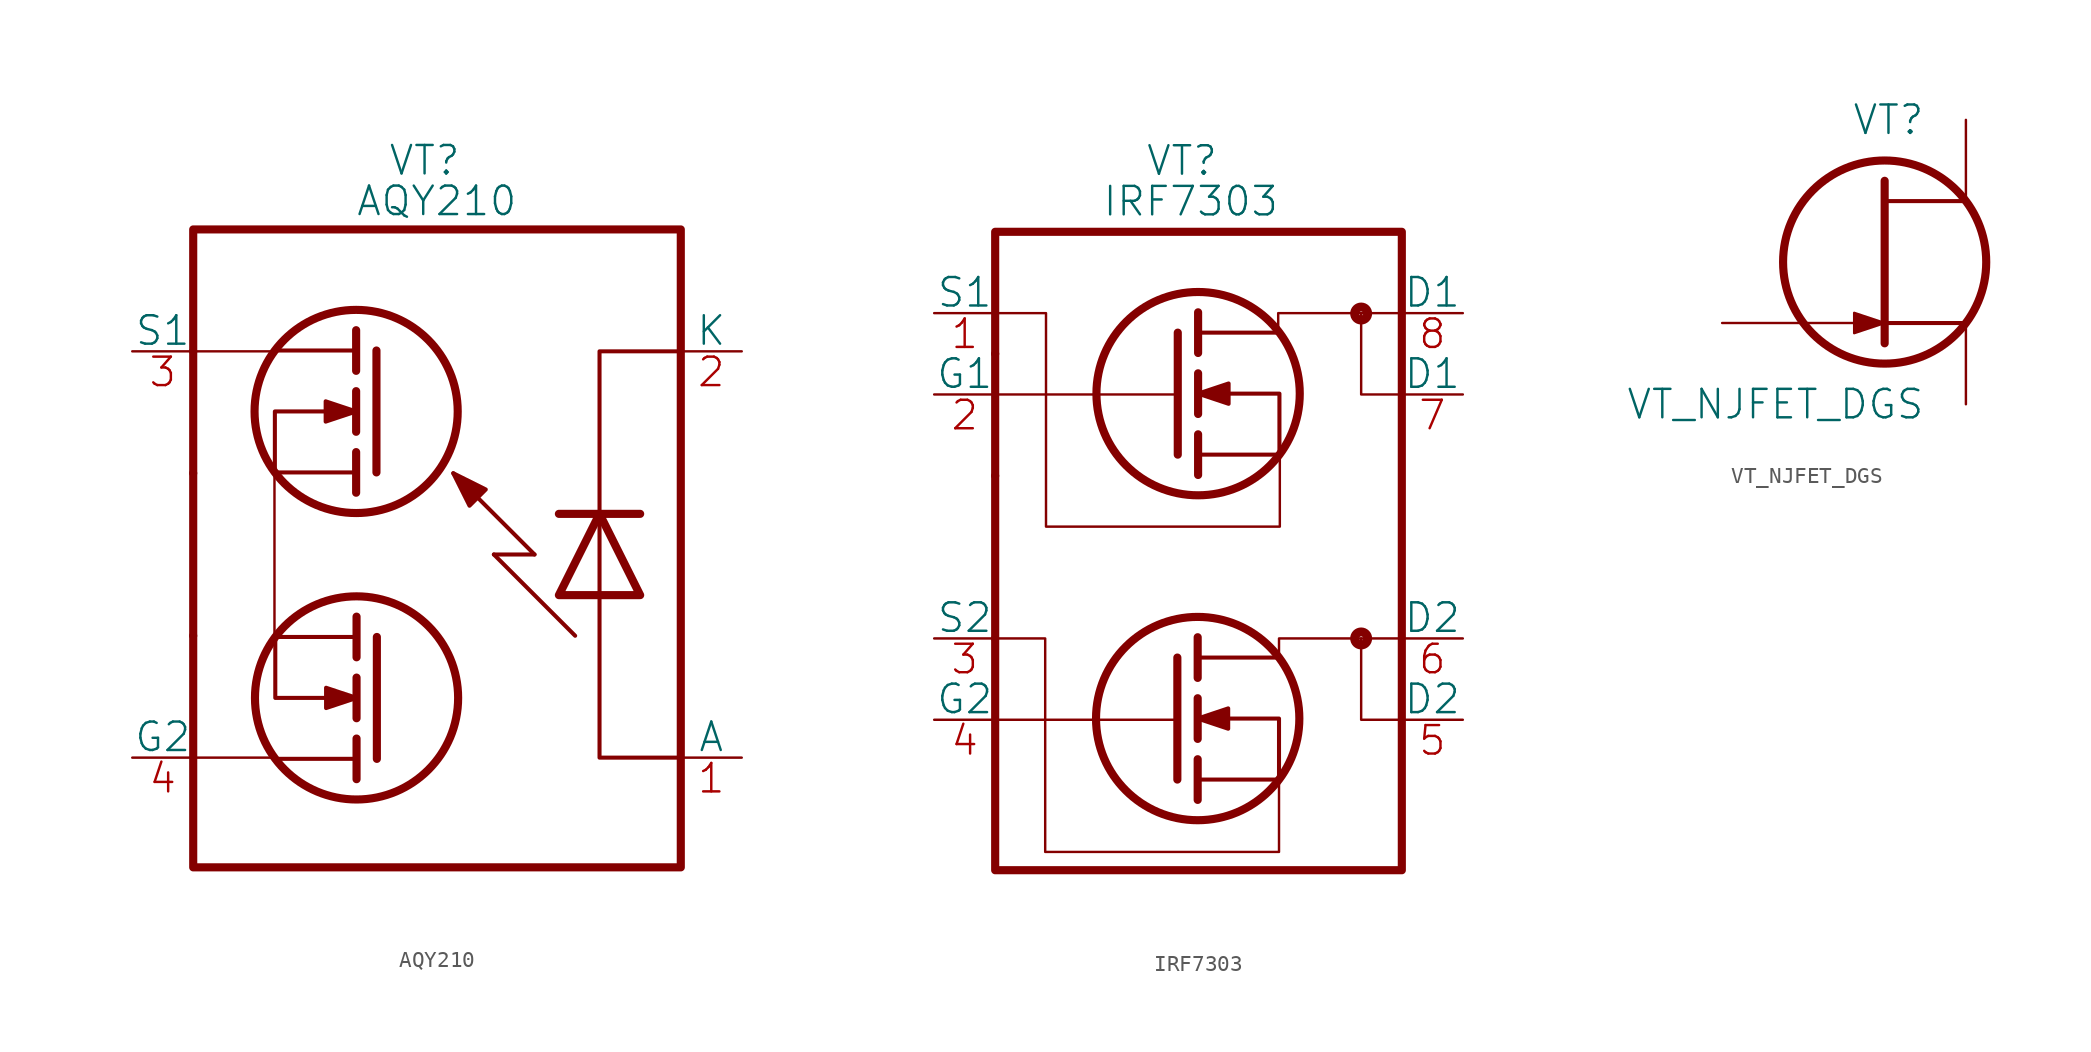
<source format=kicad_sym>
(kicad_symbol_lib
  (version 20211014)
  (generator kicad_symbol_editor)
  (symbol "AQY210"
    (pin_names
      (offset 0))
    (property "Reference" "VT"
      (at 1.524 4.318 0)
      (effects (font (size 1.778 1.778)) (justify right)))
    (property "Value" "AQY210"
      (at 5.08 1.778 0)
      (effects (font (size 1.778 1.778)) (justify right)))
    (symbol "AQY210_0_1"
      (circle (center -5.055 -11.379) (radius 6.35) (stroke (width 0.508) (type default) (color 0 0 0 0)) (fill (type none)))
      (polyline (pts (xy -15.24 -33.02) (xy -10.16 -33.02)) (stroke (width 0) (type default) (color 0 0 0 0)) (fill (type none)))
      (polyline (pts (xy -15.24 -7.62) (xy -10.16 -7.62)) (stroke (width 0) (type default) (color 0 0 0 0)) (fill (type none)))
      (polyline (pts (xy -10.16 -15.24) (xy -10.16 -25.4)) (stroke (width 0) (type default) (color 0 0 0 0)) (fill (type none)))
      (polyline (pts (xy -5.055 -15.189) (xy -10.135 -15.189)) (stroke (width 0.254) (type default) (color 0 0 0 0)) (fill (type none)))
      (polyline (pts (xy -5.055 -13.919) (xy -5.055 -16.459)) (stroke (width 0.508) (type default) (color 0 0 0 0)) (fill (type none)))
      (polyline (pts (xy -5.055 -10.109) (xy -5.055 -12.649)) (stroke (width 0.508) (type default) (color 0 0 0 0)) (fill (type none)))
      (polyline (pts (xy -5.055 -7.569) (xy -10.135 -7.569)) (stroke (width 0.254) (type default) (color 0 0 0 0)) (fill (type none)))
      (polyline (pts (xy -5.055 -6.299) (xy -5.055 -8.839)) (stroke (width 0.508) (type default) (color 0 0 0 0)) (fill (type none)))
      (polyline (pts (xy -3.785 -15.189) (xy -3.785 -7.569)) (stroke (width 0.508) (type default) (color 0 0 0 0)) (fill (type none)))
      (polyline (pts (xy -5.055 -11.379) (xy -10.135 -11.379) (xy -10.135 -15.189)) (stroke (width 0.254) (type default) (color 0 0 0 0)) (fill (type none)))
      (polyline (pts (xy -6.96 -12.014) (xy -5.055 -11.379) (xy -6.96 -10.744) (xy -6.96 -12.014)) (stroke (width 0.254) (type default) (color 0 0 0 0)) (fill (type outline))))
    (symbol "AQY210_1_1"
      (rectangle (start -15.24 0) (end 15.24 -39.878) (stroke (width 0.508) (type default) (color 0 0 0 0)) (fill (type none)))
      (circle (center -5.029 -29.286) (radius 6.35) (stroke (width 0.508) (type default) (color 0 0 0 0)) (fill (type none)))
      (polyline (pts (xy -15.24 -25.4) (xy -15.24 -25.4)) (stroke (width 0.508) (type default) (color 0 0 0 0)) (fill (type none)))
      (polyline (pts (xy -15.24 -15.24) (xy -15.24 -15.24)) (stroke (width 0.508) (type default) (color 0 0 0 0)) (fill (type none)))
      (polyline (pts (xy -15.24 -7.62) (xy -15.24 -7.62)) (stroke (width 0.508) (type default) (color 0 0 0 0)) (fill (type none)))
      (polyline (pts (xy -15.24 -5.08) (xy -15.24 -5.08)) (stroke (width 0) (type default) (color 0 0 0 0)) (fill (type none)))
      (polyline (pts (xy -5.029 -34.366) (xy -5.029 -31.826)) (stroke (width 0.508) (type default) (color 0 0 0 0)) (fill (type none)))
      (polyline (pts (xy -5.029 -33.096) (xy -10.109 -33.096)) (stroke (width 0.254) (type default) (color 0 0 0 0)) (fill (type none)))
      (polyline (pts (xy -5.029 -30.556) (xy -5.029 -28.016)) (stroke (width 0.508) (type default) (color 0 0 0 0)) (fill (type none)))
      (polyline (pts (xy -5.029 -26.746) (xy -5.029 -24.206)) (stroke (width 0.508) (type default) (color 0 0 0 0)) (fill (type none)))
      (polyline (pts (xy -5.029 -25.476) (xy -10.109 -25.476)) (stroke (width 0.254) (type default) (color 0 0 0 0)) (fill (type none)))
      (polyline (pts (xy -3.759 -25.476) (xy -3.759 -33.096)) (stroke (width 0.508) (type default) (color 0 0 0 0)) (fill (type none)))
      (polyline (pts (xy 6.096 -20.32) (xy 1.016 -15.24)) (stroke (width 0.254) (type default) (color 0 0 0 0)) (fill (type none)))
      (polyline (pts (xy 6.096 -20.32) (xy 3.556 -20.32)) (stroke (width 0.254) (type default) (color 0 0 0 0)) (fill (type none)))
      (polyline (pts (xy 8.636 -25.4) (xy 3.556 -20.32)) (stroke (width 0.254) (type default) (color 0 0 0 0)) (fill (type none)))
      (polyline (pts (xy -5.029 -29.286) (xy -10.109 -29.286) (xy -10.109 -25.476)) (stroke (width 0.254) (type default) (color 0 0 0 0)) (fill (type none)))
      (polyline (pts (xy -6.934 -28.651) (xy -5.029 -29.286) (xy -6.934 -29.921) (xy -6.934 -28.651)) (stroke (width 0.254) (type default) (color 0 0 0 0)) (fill (type outline)))
      (polyline (pts (xy 1.016 -15.24) (xy 3.048 -16.256) (xy 2.032 -17.272) (xy 1.016 -15.24)) (stroke (width 0.254) (type default) (color 0 0 0 0)) (fill (type outline)))
      (polyline (pts (xy 15.24 -7.62) (xy 10.16 -7.62) (xy 10.16 -33.02) (xy 15.24 -33.02)) (stroke (width 0.254) (type default) (color 0 0 0 0)) (fill (type none)))
      (polyline (pts (xy 7.62 -17.78) (xy 10.16 -17.78) (xy 7.62 -22.86) (xy 12.7 -22.86) (xy 10.16 -17.78) (xy 12.7 -17.78)) (stroke (width 0.508) (type default) (color 0 0 0 0)) (fill (type none)))
      (pin bidirectional line (at 19.05 -33.02 180) (length 3.81) (name "A" (effects (font (size 1.778 1.778)))) (number "1" (effects (font (size 1.778 1.778)))))
      (pin bidirectional line (at 19.05 -7.62 180) (length 3.81) (name "K" (effects (font (size 1.778 1.778)))) (number "2" (effects (font (size 1.778 1.778)))))
      (pin input line (at -19.05 -7.62 0) (length 3.81) (name "S1" (effects (font (size 1.778 1.778)))) (number "3" (effects (font (size 1.778 1.778)))))
      (pin output line (at -19.05 -33.02 0) (length 3.81) (name "G2" (effects (font (size 1.778 1.778)))) (number "4" (effects (font (size 1.778 1.778)))))))
  (symbol "IRF7303"
    (pin_names
      (offset 0))
    (property "Reference" "VT"
      (at 1.27 4.445 0)
      (effects (font (size 1.778 1.778)) (justify right)))
    (property "Value" "IRF7303"
      (at 5.08 1.905 0)
      (effects (font (size 1.778 1.778)) (justify right)))
    (symbol "IRF7303_0_1"
      (circle (center -0.025 -10.109) (radius 6.35) (stroke (width 0.508) (type default) (color 0 0 0 0)) (fill (type none)))
      (polyline (pts (xy -12.751 -30.48) (xy -1.321 -30.48)) (stroke (width 0) (type default) (color 0 0 0 0)) (fill (type none)))
      (polyline (pts (xy -12.751 -10.16) (xy -1.321 -10.16)) (stroke (width 0) (type default) (color 0 0 0 0)) (fill (type none)))
      (polyline (pts (xy -1.295 -13.919) (xy -1.295 -6.299)) (stroke (width 0.508) (type default) (color 0 0 0 0)) (fill (type none)))
      (polyline (pts (xy -0.025 -13.919) (xy 5.055 -13.919)) (stroke (width 0.254) (type default) (color 0 0 0 0)) (fill (type none)))
      (polyline (pts (xy -0.025 -12.649) (xy -0.025 -15.189)) (stroke (width 0.508) (type default) (color 0 0 0 0)) (fill (type none)))
      (polyline (pts (xy -0.025 -8.839) (xy -0.025 -11.379)) (stroke (width 0.508) (type default) (color 0 0 0 0)) (fill (type none)))
      (polyline (pts (xy -0.025 -6.299) (xy 5.055 -6.299)) (stroke (width 0.254) (type default) (color 0 0 0 0)) (fill (type none)))
      (polyline (pts (xy -0.025 -5.029) (xy -0.025 -7.569)) (stroke (width 0.508) (type default) (color 0 0 0 0)) (fill (type none)))
      (polyline (pts (xy -0.025 -10.109) (xy 5.055 -10.109) (xy 5.055 -13.919)) (stroke (width 0.254) (type default) (color 0 0 0 0)) (fill (type none)))
      (polyline (pts (xy 4.978 -6.299) (xy 4.978 -5.08) (xy 12.725 -5.08)) (stroke (width 0) (type default) (color 0 0 0 0)) (fill (type none)))
      (polyline (pts (xy 12.7 -25.4) (xy 5.029 -25.4) (xy 5.029 -26.518)) (stroke (width 0) (type default) (color 0 0 0 0)) (fill (type none)))
      (polyline (pts (xy 12.7 -10.16) (xy 10.16 -10.16) (xy 10.16 -5.08)) (stroke (width 0) (type default) (color 0 0 0 0)) (fill (type none)))
      (polyline (pts (xy 1.88 -10.744) (xy -0.025 -10.109) (xy 1.88 -9.474) (xy 1.88 -10.744)) (stroke (width 0.254) (type default) (color 0 0 0 0)) (fill (type outline)))
      (polyline (pts (xy 5.08 -13.97) (xy 5.08 -18.415) (xy -9.525 -18.415) (xy -9.525 -5.08) (xy -12.7 -5.08)) (stroke (width 0) (type default) (color 0 0 0 0)) (fill (type none)))
      (rectangle (start 12.7 0) (end -12.7 -39.878) (stroke (width 0.508) (type default) (color 0 0 0 0)) (fill (type none))))
    (symbol "IRF7303_1_1"
      (circle (center -0.051 -30.404) (radius 6.35) (stroke (width 0.508) (type default) (color 0 0 0 0)) (fill (type none)))
      (polyline (pts (xy -12.7 -25.4) (xy -12.7 -25.4)) (stroke (width 0.508) (type default) (color 0 0 0 0)) (fill (type none)))
      (polyline (pts (xy -12.7 -15.24) (xy -12.7 -15.24)) (stroke (width 0.508) (type default) (color 0 0 0 0)) (fill (type none)))
      (polyline (pts (xy -12.7 -7.62) (xy -12.7 -7.62)) (stroke (width 0.508) (type default) (color 0 0 0 0)) (fill (type none)))
      (polyline (pts (xy -12.7 -5.08) (xy -12.7 -5.08)) (stroke (width 0) (type default) (color 0 0 0 0)) (fill (type none)))
      (polyline (pts (xy -1.321 -34.214) (xy -1.321 -26.594)) (stroke (width 0.508) (type default) (color 0 0 0 0)) (fill (type none)))
      (polyline (pts (xy -0.051 -34.214) (xy 5.029 -34.214)) (stroke (width 0.254) (type default) (color 0 0 0 0)) (fill (type none)))
      (polyline (pts (xy -0.051 -32.944) (xy -0.051 -35.484)) (stroke (width 0.508) (type default) (color 0 0 0 0)) (fill (type none)))
      (polyline (pts (xy -0.051 -29.134) (xy -0.051 -31.674)) (stroke (width 0.508) (type default) (color 0 0 0 0)) (fill (type none)))
      (polyline (pts (xy -0.051 -26.594) (xy 5.029 -26.594)) (stroke (width 0.254) (type default) (color 0 0 0 0)) (fill (type none)))
      (polyline (pts (xy -0.051 -25.324) (xy -0.051 -27.864)) (stroke (width 0.508) (type default) (color 0 0 0 0)) (fill (type none)))
      (polyline (pts (xy -0.051 -30.404) (xy 5.029 -30.404) (xy 5.029 -34.214)) (stroke (width 0.254) (type default) (color 0 0 0 0)) (fill (type none)))
      (polyline (pts (xy 12.7 -30.48) (xy 10.16 -30.48) (xy 10.16 -25.4)) (stroke (width 0) (type default) (color 0 0 0 0)) (fill (type none)))
      (polyline (pts (xy 1.854 -31.039) (xy -0.051 -30.404) (xy 1.854 -29.769) (xy 1.854 -31.039)) (stroke (width 0.254) (type default) (color 0 0 0 0)) (fill (type outline)))
      (polyline (pts (xy 5.029 -34.29) (xy 5.029 -38.735) (xy -9.576 -38.735) (xy -9.576 -25.4) (xy -12.751 -25.4)) (stroke (width 0) (type default) (color 0 0 0 0)) (fill (type none)))
      (circle (center 10.16 -25.4) (radius 0.127) (stroke (width 0.559) (type default) (color 0 0 0 0)) (fill (type none)))
      (circle (center 10.16 -5.105) (radius 0.127) (stroke (width 0.559) (type default) (color 0 0 0 0)) (fill (type none)))
      (pin input line (at -16.51 -5.08 0) (length 3.81) (name "S1" (effects (font (size 1.778 1.778)))) (number "1" (effects (font (size 1.778 1.778)))))
      (pin input line (at -16.51 -10.16 0) (length 3.81) (name "G1" (effects (font (size 1.778 1.778)))) (number "2" (effects (font (size 1.778 1.778)))))
      (pin output line (at -16.51 -25.4 0) (length 3.81) (name "S2" (effects (font (size 1.778 1.778)))) (number "3" (effects (font (size 1.778 1.778)))))
      (pin output line (at -16.51 -30.48 0) (length 3.81) (name "G2" (effects (font (size 1.778 1.778)))) (number "4" (effects (font (size 1.778 1.778)))))
      (pin power_in line (at 16.51 -30.48 180) (length 3.81) (name "D2" (effects (font (size 1.778 1.778)))) (number "5" (effects (font (size 1.778 1.778)))))
      (pin output line (at 16.51 -25.4 180) (length 3.81) (name "D2" (effects (font (size 1.778 1.778)))) (number "6" (effects (font (size 1.778 1.778)))))
      (pin output line (at 16.51 -10.16 180) (length 3.81) (name "D1" (effects (font (size 1.778 1.778)))) (number "7" (effects (font (size 1.778 1.778)))))
      (pin output line (at 16.51 -5.08 180) (length 3.81) (name "D1" (effects (font (size 1.778 1.778)))) (number "8" (effects (font (size 1.778 1.778)))))))
  (symbol "VT_NJFET_DGS"
    (pin_names
      (offset 0))
    (property "Reference" "VT"
      (at 2.54 8.89 0)
      (effects (font (size 1.778 1.778)) (justify right)))
    (property "Value" "VT_NJFET_DGS"
      (at 2.54 -8.89 0)
      (effects (font (size 1.778 1.778)) (justify right)))
    (symbol "VT_NJFET_DGS_0_1"
      (polyline (pts (xy -10.16 -3.81) (xy 0 -3.81)) (stroke (width 0) (type default) (color 0 0 0 0)) (fill (type none)))
      (polyline (pts (xy 0 -3.81) (xy 5.08 -3.81)) (stroke (width 0.254) (type default) (color 0 0 0 0)) (fill (type none)))
      (polyline (pts (xy 0 3.81) (xy 5.08 3.81)) (stroke (width 0.254) (type default) (color 0 0 0 0)) (fill (type none)))
      (polyline (pts (xy 0 5.08) (xy 0 -5.08)) (stroke (width 0.508) (type default) (color 0 0 0 0)) (fill (type none)))
      (polyline (pts (xy 5.08 -3.81) (xy 5.08 -8.89)) (stroke (width 0) (type default) (color 0 0 0 0)) (fill (type none)))
      (polyline (pts (xy 5.08 3.81) (xy 5.08 8.89)) (stroke (width 0) (type default) (color 0 0 0 0)) (fill (type none)))
      (polyline (pts (xy -1.905 -4.445) (xy 0 -3.81) (xy -1.905 -3.175) (xy -1.905 -4.445)) (stroke (width 0) (type default) (color 0 0 0 0)) (fill (type outline)))
      (circle (center 0 0) (radius 6.35) (stroke (width 0.508) (type default) (color 0 0 0 0)) (fill (type none))))
    (symbol "VT_NJFET_DGS_1_1"
      (pin passive line (at 5.08 8.89 270) (length 2.54) hide (name "D" (effects (font (size 1.27 1.27)))) (number "1" (effects (font (size 1.27 1.27)))))
      (pin passive line (at -10.16 -3.81 0) (length 2.54) hide (name "G" (effects (font (size 1.27 1.27)))) (number "2" (effects (font (size 1.27 1.27)))))
      (pin passive line (at 5.08 -8.89 90) (length 2.54) hide (name "S" (effects (font (size 1.27 1.27)))) (number "3" (effects (font (size 1.27 1.27))))))))
</source>
